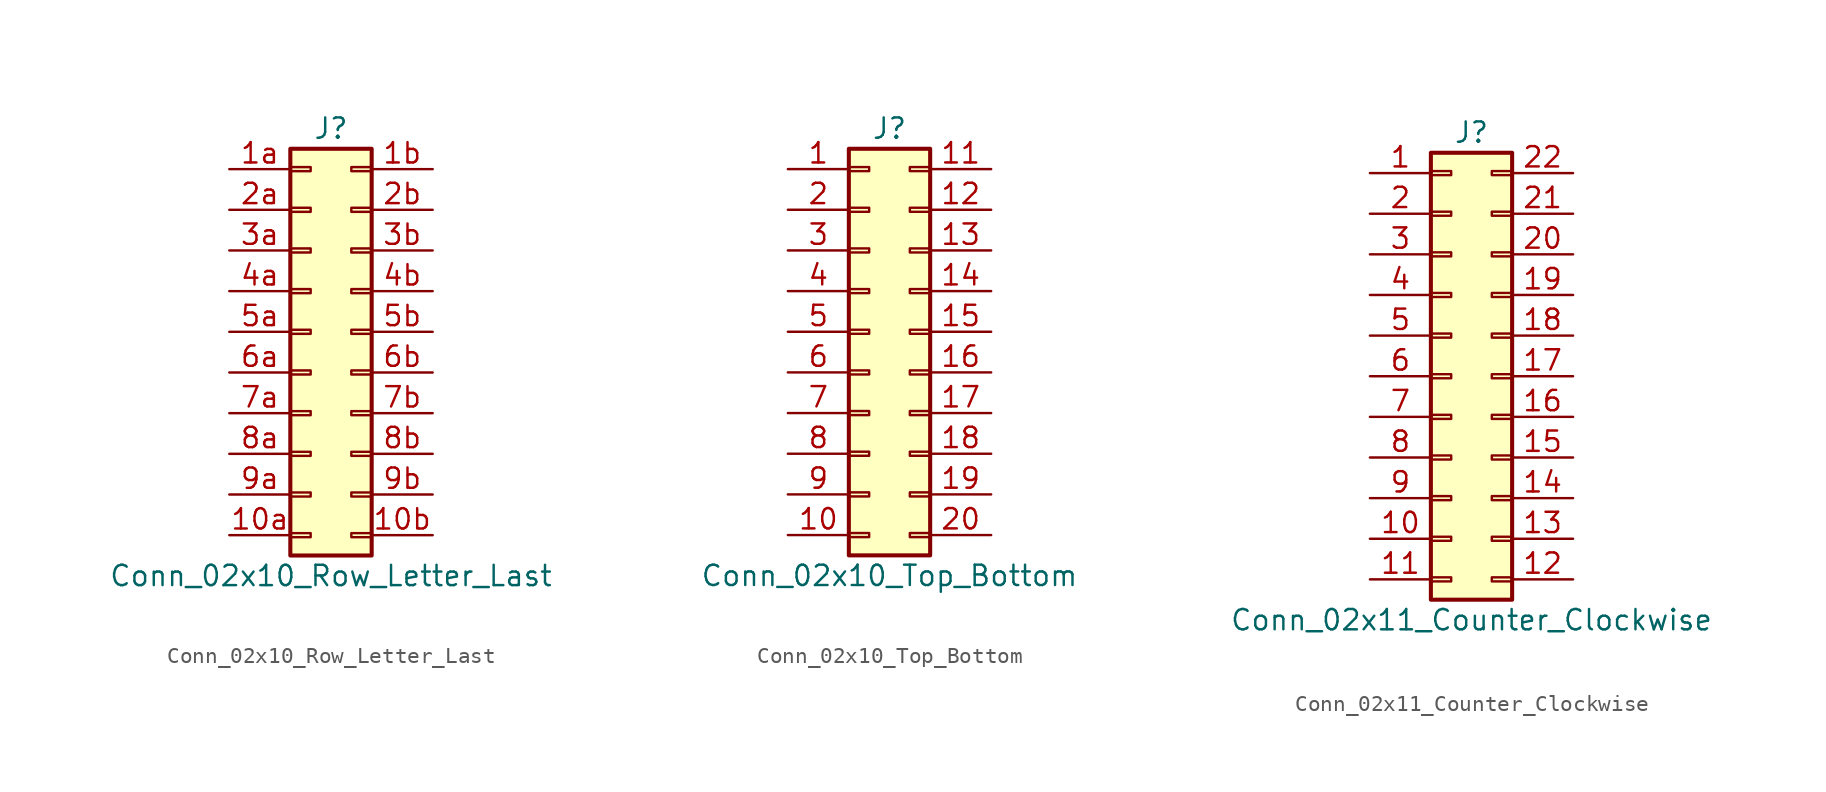
<source format=kicad_sym>
(kicad_symbol_lib
  (version 20220914)
  (generator kicad_symbol_editor)
  (symbol "Conn_02x10_Row_Letter_Last"
    (pin_names
      (offset 1.016) hide)
    (property "Reference" "J"
      (at 1.27 12.7 0)
      (effects (font (size 1.27 1.27))))
    (property "Value" "Conn_02x10_Row_Letter_Last"
      (at 1.27 -15.24 0)
      (effects (font (size 1.27 1.27))))
    (symbol "Conn_02x10_Row_Letter_Last_1_1"
      (rectangle (start -1.27 -12.573) (end 0 -12.827) (stroke (width 0.152) (type solid)) (fill (type none)))
      (rectangle (start -1.27 -10.033) (end 0 -10.287) (stroke (width 0.152) (type solid)) (fill (type none)))
      (rectangle (start -1.27 -7.493) (end 0 -7.747) (stroke (width 0.152) (type solid)) (fill (type none)))
      (rectangle (start -1.27 -4.953) (end 0 -5.207) (stroke (width 0.152) (type solid)) (fill (type none)))
      (rectangle (start -1.27 -2.413) (end 0 -2.667) (stroke (width 0.152) (type solid)) (fill (type none)))
      (rectangle (start -1.27 0.127) (end 0 -0.127) (stroke (width 0.152) (type solid)) (fill (type none)))
      (rectangle (start -1.27 2.667) (end 0 2.413) (stroke (width 0.152) (type solid)) (fill (type none)))
      (rectangle (start -1.27 5.207) (end 0 4.953) (stroke (width 0.152) (type solid)) (fill (type none)))
      (rectangle (start -1.27 7.747) (end 0 7.493) (stroke (width 0.152) (type solid)) (fill (type none)))
      (rectangle (start -1.27 10.287) (end 0 10.033) (stroke (width 0.152) (type solid)) (fill (type none)))
      (rectangle (start -1.27 11.43) (end 3.81 -13.97) (stroke (width 0.254) (type solid)) (fill (type background)))
      (rectangle (start 3.81 -12.573) (end 2.54 -12.827) (stroke (width 0.152) (type solid)) (fill (type none)))
      (rectangle (start 3.81 -10.033) (end 2.54 -10.287) (stroke (width 0.152) (type solid)) (fill (type none)))
      (rectangle (start 3.81 -7.493) (end 2.54 -7.747) (stroke (width 0.152) (type solid)) (fill (type none)))
      (rectangle (start 3.81 -4.953) (end 2.54 -5.207) (stroke (width 0.152) (type solid)) (fill (type none)))
      (rectangle (start 3.81 -2.413) (end 2.54 -2.667) (stroke (width 0.152) (type solid)) (fill (type none)))
      (rectangle (start 3.81 0.127) (end 2.54 -0.127) (stroke (width 0.152) (type solid)) (fill (type none)))
      (rectangle (start 3.81 2.667) (end 2.54 2.413) (stroke (width 0.152) (type solid)) (fill (type none)))
      (rectangle (start 3.81 5.207) (end 2.54 4.953) (stroke (width 0.152) (type solid)) (fill (type none)))
      (rectangle (start 3.81 7.747) (end 2.54 7.493) (stroke (width 0.152) (type solid)) (fill (type none)))
      (rectangle (start 3.81 10.287) (end 2.54 10.033) (stroke (width 0.152) (type solid)) (fill (type none)))
      (pin passive line (at -5.08 -12.7 0) (length 3.81) (name "Pin_10a" (effects (font (size 1.27 1.27)))) (number "10a" (effects (font (size 1.27 1.27)))))
      (pin passive line (at 7.62 -12.7 180) (length 3.81) (name "Pin_10b" (effects (font (size 1.27 1.27)))) (number "10b" (effects (font (size 1.27 1.27)))))
      (pin passive line (at -5.08 10.16 0) (length 3.81) (name "Pin_1a" (effects (font (size 1.27 1.27)))) (number "1a" (effects (font (size 1.27 1.27)))))
      (pin passive line (at 7.62 10.16 180) (length 3.81) (name "Pin_1b" (effects (font (size 1.27 1.27)))) (number "1b" (effects (font (size 1.27 1.27)))))
      (pin passive line (at -5.08 7.62 0) (length 3.81) (name "Pin_2a" (effects (font (size 1.27 1.27)))) (number "2a" (effects (font (size 1.27 1.27)))))
      (pin passive line (at 7.62 7.62 180) (length 3.81) (name "Pin_2b" (effects (font (size 1.27 1.27)))) (number "2b" (effects (font (size 1.27 1.27)))))
      (pin passive line (at -5.08 5.08 0) (length 3.81) (name "Pin_3a" (effects (font (size 1.27 1.27)))) (number "3a" (effects (font (size 1.27 1.27)))))
      (pin passive line (at 7.62 5.08 180) (length 3.81) (name "Pin_3b" (effects (font (size 1.27 1.27)))) (number "3b" (effects (font (size 1.27 1.27)))))
      (pin passive line (at -5.08 2.54 0) (length 3.81) (name "Pin_4a" (effects (font (size 1.27 1.27)))) (number "4a" (effects (font (size 1.27 1.27)))))
      (pin passive line (at 7.62 2.54 180) (length 3.81) (name "Pin_4b" (effects (font (size 1.27 1.27)))) (number "4b" (effects (font (size 1.27 1.27)))))
      (pin passive line (at -5.08 0 0) (length 3.81) (name "Pin_5a" (effects (font (size 1.27 1.27)))) (number "5a" (effects (font (size 1.27 1.27)))))
      (pin passive line (at 7.62 0 180) (length 3.81) (name "Pin_5b" (effects (font (size 1.27 1.27)))) (number "5b" (effects (font (size 1.27 1.27)))))
      (pin passive line (at -5.08 -2.54 0) (length 3.81) (name "Pin_6a" (effects (font (size 1.27 1.27)))) (number "6a" (effects (font (size 1.27 1.27)))))
      (pin passive line (at 7.62 -2.54 180) (length 3.81) (name "Pin_6b" (effects (font (size 1.27 1.27)))) (number "6b" (effects (font (size 1.27 1.27)))))
      (pin passive line (at -5.08 -5.08 0) (length 3.81) (name "Pin_7a" (effects (font (size 1.27 1.27)))) (number "7a" (effects (font (size 1.27 1.27)))))
      (pin passive line (at 7.62 -5.08 180) (length 3.81) (name "Pin_7b" (effects (font (size 1.27 1.27)))) (number "7b" (effects (font (size 1.27 1.27)))))
      (pin passive line (at -5.08 -7.62 0) (length 3.81) (name "Pin_8a" (effects (font (size 1.27 1.27)))) (number "8a" (effects (font (size 1.27 1.27)))))
      (pin passive line (at 7.62 -7.62 180) (length 3.81) (name "Pin_8b" (effects (font (size 1.27 1.27)))) (number "8b" (effects (font (size 1.27 1.27)))))
      (pin passive line (at -5.08 -10.16 0) (length 3.81) (name "Pin_9a" (effects (font (size 1.27 1.27)))) (number "9a" (effects (font (size 1.27 1.27)))))
      (pin passive line (at 7.62 -10.16 180) (length 3.81) (name "Pin_9b" (effects (font (size 1.27 1.27)))) (number "9b" (effects (font (size 1.27 1.27)))))))
  (symbol "Conn_02x10_Top_Bottom"
    (pin_names
      (offset 1.016) hide)
    (property "Reference" "J"
      (at 1.27 12.7 0)
      (effects (font (size 1.27 1.27))))
    (property "Value" "Conn_02x10_Top_Bottom"
      (at 1.27 -15.24 0)
      (effects (font (size 1.27 1.27))))
    (symbol "Conn_02x10_Top_Bottom_1_1"
      (rectangle (start -1.27 -12.573) (end 0 -12.827) (stroke (width 0.152) (type solid)) (fill (type none)))
      (rectangle (start -1.27 -10.033) (end 0 -10.287) (stroke (width 0.152) (type solid)) (fill (type none)))
      (rectangle (start -1.27 -7.493) (end 0 -7.747) (stroke (width 0.152) (type solid)) (fill (type none)))
      (rectangle (start -1.27 -4.953) (end 0 -5.207) (stroke (width 0.152) (type solid)) (fill (type none)))
      (rectangle (start -1.27 -2.413) (end 0 -2.667) (stroke (width 0.152) (type solid)) (fill (type none)))
      (rectangle (start -1.27 0.127) (end 0 -0.127) (stroke (width 0.152) (type solid)) (fill (type none)))
      (rectangle (start -1.27 2.667) (end 0 2.413) (stroke (width 0.152) (type solid)) (fill (type none)))
      (rectangle (start -1.27 5.207) (end 0 4.953) (stroke (width 0.152) (type solid)) (fill (type none)))
      (rectangle (start -1.27 7.747) (end 0 7.493) (stroke (width 0.152) (type solid)) (fill (type none)))
      (rectangle (start -1.27 10.287) (end 0 10.033) (stroke (width 0.152) (type solid)) (fill (type none)))
      (rectangle (start -1.27 11.43) (end 3.81 -13.97) (stroke (width 0.254) (type solid)) (fill (type background)))
      (rectangle (start 3.81 -12.573) (end 2.54 -12.827) (stroke (width 0.152) (type solid)) (fill (type none)))
      (rectangle (start 3.81 -10.033) (end 2.54 -10.287) (stroke (width 0.152) (type solid)) (fill (type none)))
      (rectangle (start 3.81 -7.493) (end 2.54 -7.747) (stroke (width 0.152) (type solid)) (fill (type none)))
      (rectangle (start 3.81 -4.953) (end 2.54 -5.207) (stroke (width 0.152) (type solid)) (fill (type none)))
      (rectangle (start 3.81 -2.413) (end 2.54 -2.667) (stroke (width 0.152) (type solid)) (fill (type none)))
      (rectangle (start 3.81 0.127) (end 2.54 -0.127) (stroke (width 0.152) (type solid)) (fill (type none)))
      (rectangle (start 3.81 2.667) (end 2.54 2.413) (stroke (width 0.152) (type solid)) (fill (type none)))
      (rectangle (start 3.81 5.207) (end 2.54 4.953) (stroke (width 0.152) (type solid)) (fill (type none)))
      (rectangle (start 3.81 7.747) (end 2.54 7.493) (stroke (width 0.152) (type solid)) (fill (type none)))
      (rectangle (start 3.81 10.287) (end 2.54 10.033) (stroke (width 0.152) (type solid)) (fill (type none)))
      (pin passive line (at -5.08 10.16 0) (length 3.81) (name "Pin_1" (effects (font (size 1.27 1.27)))) (number "1" (effects (font (size 1.27 1.27)))))
      (pin passive line (at -5.08 -12.7 0) (length 3.81) (name "Pin_10" (effects (font (size 1.27 1.27)))) (number "10" (effects (font (size 1.27 1.27)))))
      (pin passive line (at 7.62 10.16 180) (length 3.81) (name "Pin_11" (effects (font (size 1.27 1.27)))) (number "11" (effects (font (size 1.27 1.27)))))
      (pin passive line (at 7.62 7.62 180) (length 3.81) (name "Pin_12" (effects (font (size 1.27 1.27)))) (number "12" (effects (font (size 1.27 1.27)))))
      (pin passive line (at 7.62 5.08 180) (length 3.81) (name "Pin_13" (effects (font (size 1.27 1.27)))) (number "13" (effects (font (size 1.27 1.27)))))
      (pin passive line (at 7.62 2.54 180) (length 3.81) (name "Pin_14" (effects (font (size 1.27 1.27)))) (number "14" (effects (font (size 1.27 1.27)))))
      (pin passive line (at 7.62 0 180) (length 3.81) (name "Pin_15" (effects (font (size 1.27 1.27)))) (number "15" (effects (font (size 1.27 1.27)))))
      (pin passive line (at 7.62 -2.54 180) (length 3.81) (name "Pin_16" (effects (font (size 1.27 1.27)))) (number "16" (effects (font (size 1.27 1.27)))))
      (pin passive line (at 7.62 -5.08 180) (length 3.81) (name "Pin_17" (effects (font (size 1.27 1.27)))) (number "17" (effects (font (size 1.27 1.27)))))
      (pin passive line (at 7.62 -7.62 180) (length 3.81) (name "Pin_18" (effects (font (size 1.27 1.27)))) (number "18" (effects (font (size 1.27 1.27)))))
      (pin passive line (at 7.62 -10.16 180) (length 3.81) (name "Pin_19" (effects (font (size 1.27 1.27)))) (number "19" (effects (font (size 1.27 1.27)))))
      (pin passive line (at -5.08 7.62 0) (length 3.81) (name "Pin_2" (effects (font (size 1.27 1.27)))) (number "2" (effects (font (size 1.27 1.27)))))
      (pin passive line (at 7.62 -12.7 180) (length 3.81) (name "Pin_20" (effects (font (size 1.27 1.27)))) (number "20" (effects (font (size 1.27 1.27)))))
      (pin passive line (at -5.08 5.08 0) (length 3.81) (name "Pin_3" (effects (font (size 1.27 1.27)))) (number "3" (effects (font (size 1.27 1.27)))))
      (pin passive line (at -5.08 2.54 0) (length 3.81) (name "Pin_4" (effects (font (size 1.27 1.27)))) (number "4" (effects (font (size 1.27 1.27)))))
      (pin passive line (at -5.08 0 0) (length 3.81) (name "Pin_5" (effects (font (size 1.27 1.27)))) (number "5" (effects (font (size 1.27 1.27)))))
      (pin passive line (at -5.08 -2.54 0) (length 3.81) (name "Pin_6" (effects (font (size 1.27 1.27)))) (number "6" (effects (font (size 1.27 1.27)))))
      (pin passive line (at -5.08 -5.08 0) (length 3.81) (name "Pin_7" (effects (font (size 1.27 1.27)))) (number "7" (effects (font (size 1.27 1.27)))))
      (pin passive line (at -5.08 -7.62 0) (length 3.81) (name "Pin_8" (effects (font (size 1.27 1.27)))) (number "8" (effects (font (size 1.27 1.27)))))
      (pin passive line (at -5.08 -10.16 0) (length 3.81) (name "Pin_9" (effects (font (size 1.27 1.27)))) (number "9" (effects (font (size 1.27 1.27)))))))
  (symbol "Conn_02x11_Counter_Clockwise"
    (pin_names
      (offset 1.016) hide)
    (property "Reference" "J"
      (at 1.27 15.24 0)
      (effects (font (size 1.27 1.27))))
    (property "Value" "Conn_02x11_Counter_Clockwise"
      (at 1.27 -15.24 0)
      (effects (font (size 1.27 1.27))))
    (symbol "Conn_02x11_Counter_Clockwise_1_1"
      (rectangle (start -1.27 -12.573) (end 0 -12.827) (stroke (width 0.152) (type solid)) (fill (type none)))
      (rectangle (start -1.27 -10.033) (end 0 -10.287) (stroke (width 0.152) (type solid)) (fill (type none)))
      (rectangle (start -1.27 -7.493) (end 0 -7.747) (stroke (width 0.152) (type solid)) (fill (type none)))
      (rectangle (start -1.27 -4.953) (end 0 -5.207) (stroke (width 0.152) (type solid)) (fill (type none)))
      (rectangle (start -1.27 -2.413) (end 0 -2.667) (stroke (width 0.152) (type solid)) (fill (type none)))
      (rectangle (start -1.27 0.127) (end 0 -0.127) (stroke (width 0.152) (type solid)) (fill (type none)))
      (rectangle (start -1.27 2.667) (end 0 2.413) (stroke (width 0.152) (type solid)) (fill (type none)))
      (rectangle (start -1.27 5.207) (end 0 4.953) (stroke (width 0.152) (type solid)) (fill (type none)))
      (rectangle (start -1.27 7.747) (end 0 7.493) (stroke (width 0.152) (type solid)) (fill (type none)))
      (rectangle (start -1.27 10.287) (end 0 10.033) (stroke (width 0.152) (type solid)) (fill (type none)))
      (rectangle (start -1.27 12.827) (end 0 12.573) (stroke (width 0.152) (type solid)) (fill (type none)))
      (rectangle (start -1.27 13.97) (end 3.81 -13.97) (stroke (width 0.254) (type solid)) (fill (type background)))
      (rectangle (start 3.81 -12.573) (end 2.54 -12.827) (stroke (width 0.152) (type solid)) (fill (type none)))
      (rectangle (start 3.81 -10.033) (end 2.54 -10.287) (stroke (width 0.152) (type solid)) (fill (type none)))
      (rectangle (start 3.81 -7.493) (end 2.54 -7.747) (stroke (width 0.152) (type solid)) (fill (type none)))
      (rectangle (start 3.81 -4.953) (end 2.54 -5.207) (stroke (width 0.152) (type solid)) (fill (type none)))
      (rectangle (start 3.81 -2.413) (end 2.54 -2.667) (stroke (width 0.152) (type solid)) (fill (type none)))
      (rectangle (start 3.81 0.127) (end 2.54 -0.127) (stroke (width 0.152) (type solid)) (fill (type none)))
      (rectangle (start 3.81 2.667) (end 2.54 2.413) (stroke (width 0.152) (type solid)) (fill (type none)))
      (rectangle (start 3.81 5.207) (end 2.54 4.953) (stroke (width 0.152) (type solid)) (fill (type none)))
      (rectangle (start 3.81 7.747) (end 2.54 7.493) (stroke (width 0.152) (type solid)) (fill (type none)))
      (rectangle (start 3.81 10.287) (end 2.54 10.033) (stroke (width 0.152) (type solid)) (fill (type none)))
      (rectangle (start 3.81 12.827) (end 2.54 12.573) (stroke (width 0.152) (type solid)) (fill (type none)))
      (pin passive line (at -5.08 12.7 0) (length 3.81) (name "Pin_1" (effects (font (size 1.27 1.27)))) (number "1" (effects (font (size 1.27 1.27)))))
      (pin passive line (at -5.08 -10.16 0) (length 3.81) (name "Pin_10" (effects (font (size 1.27 1.27)))) (number "10" (effects (font (size 1.27 1.27)))))
      (pin passive line (at -5.08 -12.7 0) (length 3.81) (name "Pin_11" (effects (font (size 1.27 1.27)))) (number "11" (effects (font (size 1.27 1.27)))))
      (pin passive line (at 7.62 -12.7 180) (length 3.81) (name "Pin_12" (effects (font (size 1.27 1.27)))) (number "12" (effects (font (size 1.27 1.27)))))
      (pin passive line (at 7.62 -10.16 180) (length 3.81) (name "Pin_13" (effects (font (size 1.27 1.27)))) (number "13" (effects (font (size 1.27 1.27)))))
      (pin passive line (at 7.62 -7.62 180) (length 3.81) (name "Pin_14" (effects (font (size 1.27 1.27)))) (number "14" (effects (font (size 1.27 1.27)))))
      (pin passive line (at 7.62 -5.08 180) (length 3.81) (name "Pin_15" (effects (font (size 1.27 1.27)))) (number "15" (effects (font (size 1.27 1.27)))))
      (pin passive line (at 7.62 -2.54 180) (length 3.81) (name "Pin_16" (effects (font (size 1.27 1.27)))) (number "16" (effects (font (size 1.27 1.27)))))
      (pin passive line (at 7.62 0 180) (length 3.81) (name "Pin_17" (effects (font (size 1.27 1.27)))) (number "17" (effects (font (size 1.27 1.27)))))
      (pin passive line (at 7.62 2.54 180) (length 3.81) (name "Pin_18" (effects (font (size 1.27 1.27)))) (number "18" (effects (font (size 1.27 1.27)))))
      (pin passive line (at 7.62 5.08 180) (length 3.81) (name "Pin_19" (effects (font (size 1.27 1.27)))) (number "19" (effects (font (size 1.27 1.27)))))
      (pin passive line (at -5.08 10.16 0) (length 3.81) (name "Pin_2" (effects (font (size 1.27 1.27)))) (number "2" (effects (font (size 1.27 1.27)))))
      (pin passive line (at 7.62 7.62 180) (length 3.81) (name "Pin_20" (effects (font (size 1.27 1.27)))) (number "20" (effects (font (size 1.27 1.27)))))
      (pin passive line (at 7.62 10.16 180) (length 3.81) (name "Pin_21" (effects (font (size 1.27 1.27)))) (number "21" (effects (font (size 1.27 1.27)))))
      (pin passive line (at 7.62 12.7 180) (length 3.81) (name "Pin_22" (effects (font (size 1.27 1.27)))) (number "22" (effects (font (size 1.27 1.27)))))
      (pin passive line (at -5.08 7.62 0) (length 3.81) (name "Pin_3" (effects (font (size 1.27 1.27)))) (number "3" (effects (font (size 1.27 1.27)))))
      (pin passive line (at -5.08 5.08 0) (length 3.81) (name "Pin_4" (effects (font (size 1.27 1.27)))) (number "4" (effects (font (size 1.27 1.27)))))
      (pin passive line (at -5.08 2.54 0) (length 3.81) (name "Pin_5" (effects (font (size 1.27 1.27)))) (number "5" (effects (font (size 1.27 1.27)))))
      (pin passive line (at -5.08 0 0) (length 3.81) (name "Pin_6" (effects (font (size 1.27 1.27)))) (number "6" (effects (font (size 1.27 1.27)))))
      (pin passive line (at -5.08 -2.54 0) (length 3.81) (name "Pin_7" (effects (font (size 1.27 1.27)))) (number "7" (effects (font (size 1.27 1.27)))))
      (pin passive line (at -5.08 -5.08 0) (length 3.81) (name "Pin_8" (effects (font (size 1.27 1.27)))) (number "8" (effects (font (size 1.27 1.27)))))
      (pin passive line (at -5.08 -7.62 0) (length 3.81) (name "Pin_9" (effects (font (size 1.27 1.27)))) (number "9" (effects (font (size 1.27 1.27))))))))
</source>
